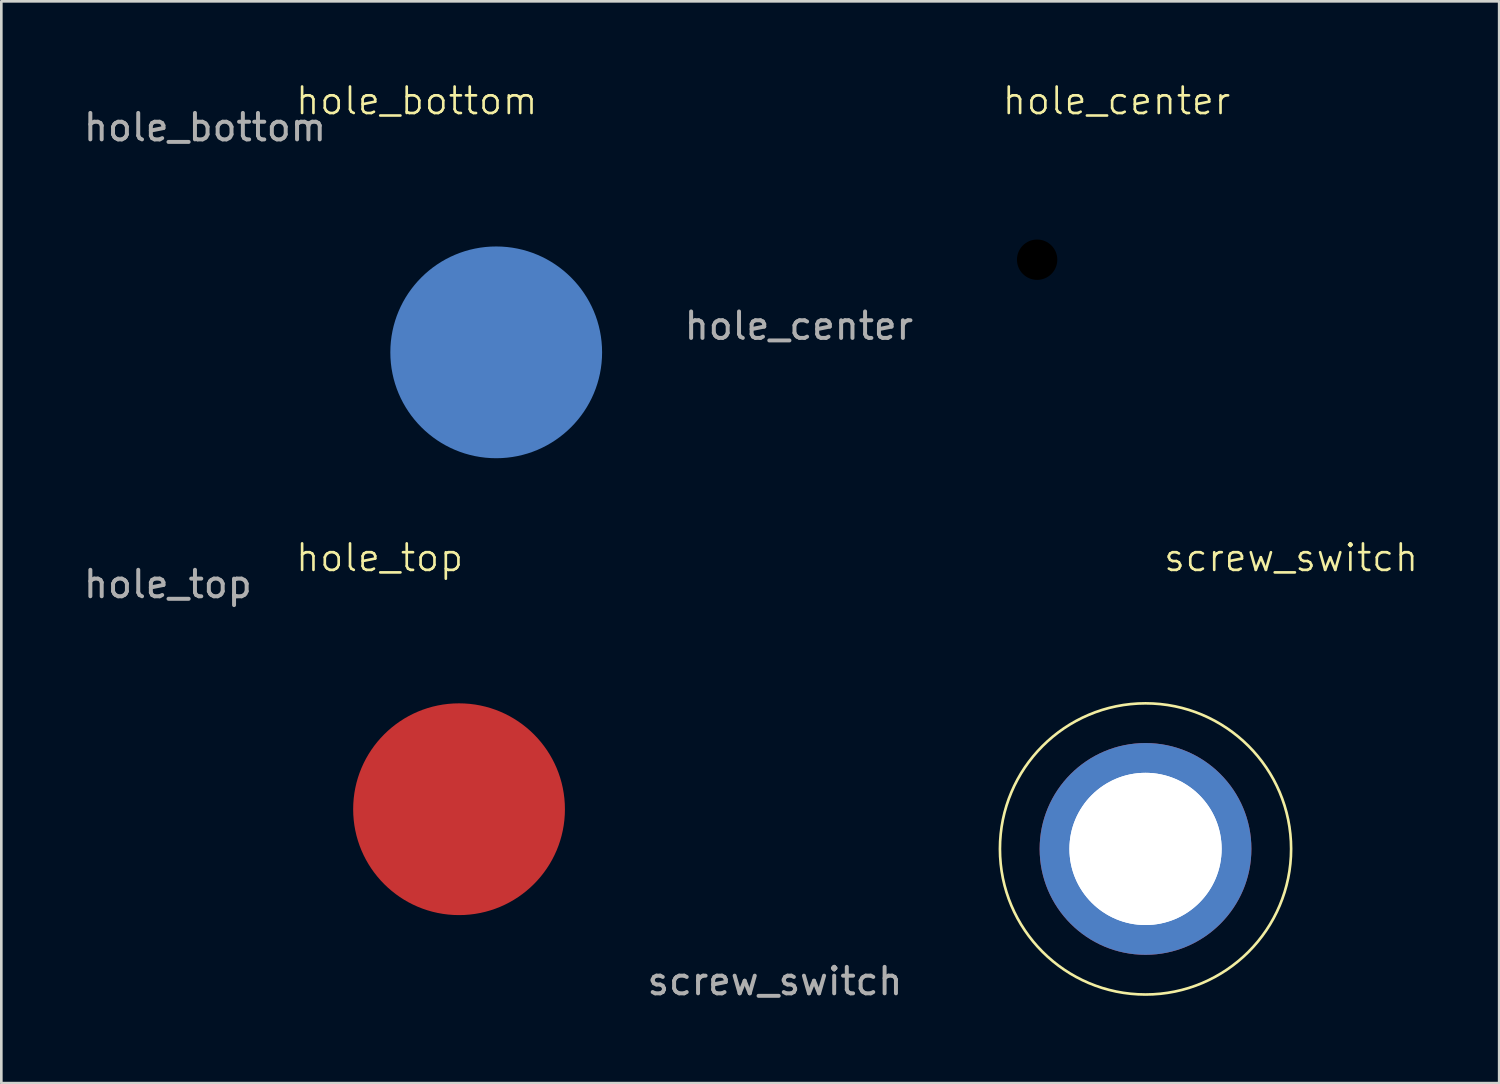
<source format=kicad_pcb>
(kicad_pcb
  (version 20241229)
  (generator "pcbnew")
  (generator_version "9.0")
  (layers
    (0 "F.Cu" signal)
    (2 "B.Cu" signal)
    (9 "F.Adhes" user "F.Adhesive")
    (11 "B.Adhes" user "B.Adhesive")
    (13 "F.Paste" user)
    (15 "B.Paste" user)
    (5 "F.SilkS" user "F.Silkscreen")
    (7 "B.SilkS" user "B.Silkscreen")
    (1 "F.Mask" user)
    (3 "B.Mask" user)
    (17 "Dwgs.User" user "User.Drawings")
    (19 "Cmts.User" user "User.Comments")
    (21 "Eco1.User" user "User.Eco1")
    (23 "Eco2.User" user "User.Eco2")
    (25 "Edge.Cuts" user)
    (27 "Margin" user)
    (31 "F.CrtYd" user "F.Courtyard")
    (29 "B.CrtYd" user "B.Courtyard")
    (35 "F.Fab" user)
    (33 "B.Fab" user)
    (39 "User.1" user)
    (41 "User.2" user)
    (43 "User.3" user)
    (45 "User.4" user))
  (footprint "hole_bottom"
    (layer "F.Cu")
    (at 15.696 10.261)
    (property "Reference" "hole_bottom" (at -3 -9.5 0) (unlocked yes) (layer "F.SilkS") (effects (font (size 1 1) (thickness 0.1))))
    (attr through_hole exclude_from_bom)
    (fp_text user "${REFERENCE}" (at -11 -8.5 0) (unlocked yes) (layer "F.Fab") (effects (font (size 1 1) (thickness 0.15))))
    (pad "1" smd circle (at 0 0) (size 8 8) (layers "B.Cu" "B.Mask" "B.Paste")))
  (footprint "hole_top"
    (layer "F.Cu")
    (at 14.292 27.521)
    (property "Reference" "hole_top" (at -3 -9.5 0) (unlocked yes) (layer "F.SilkS") (effects (font (size 1 1) (thickness 0.1))))
    (attr through_hole)
    (fp_text user "${REFERENCE}" (at -11 -8.5 0) (unlocked yes) (layer "F.Fab") (effects (font (size 1 1) (thickness 0.15))))
    (pad "1" smd circle (at 0 0) (size 8 8) (layers "F.Cu" "F.Mask" "F.Paste")))
  (footprint "hole_center"
    (layer "F.Cu")
    (at 36.131 6.761)
    (property "Reference" "hole_center" (at 3 -6 0) (unlocked yes) (layer "F.SilkS") (effects (font (size 1 1) (thickness 0.1))))
    (attr through_hole)
    (fp_text user "${REFERENCE}" (at -9 2.5 0) (unlocked yes) (layer "F.Fab") (effects (font (size 1 1) (thickness 0.15))))
    (pad "" np_thru_hole circle (at 0 0) (size 1.524 1.524) (drill 5.75) (layers "*.Mask")))
  (footprint "screw_switch"
    (layer "F.Cu")
    (at 40.226 29.021)
    (property "Reference" "screw_switch" (at 5.5 -11 0) (unlocked yes) (layer "F.SilkS") (effects (font (size 1 1) (thickness 0.1))))
    (attr through_hole)
    (fp_circle (center 0 0) (end -5.5 0) (stroke (width 0.1) (type default)) (fill no) (layer "F.SilkS"))
    (fp_text user "${REFERENCE}" (at -14 5 0) (unlocked yes) (layer "F.Fab") (effects (font (size 1 1) (thickness 0.15))))
    (pad "" np_thru_hole circle (at 0 0) (size 8 8) (drill 5.75) (layers "F.Cu" "F.Mask"))
    (pad "" np_thru_hole circle (at 0 0) (size 8 8) (drill 5.75) (layers "B.Cu" "B.Mask" "B.Paste")))
  (gr_rect
    (start -3 -3)
    (end 53.586 37.869)
    (stroke (width 0.1) (type default))
    (fill no)
    (layer "Edge.Cuts")))
</source>
